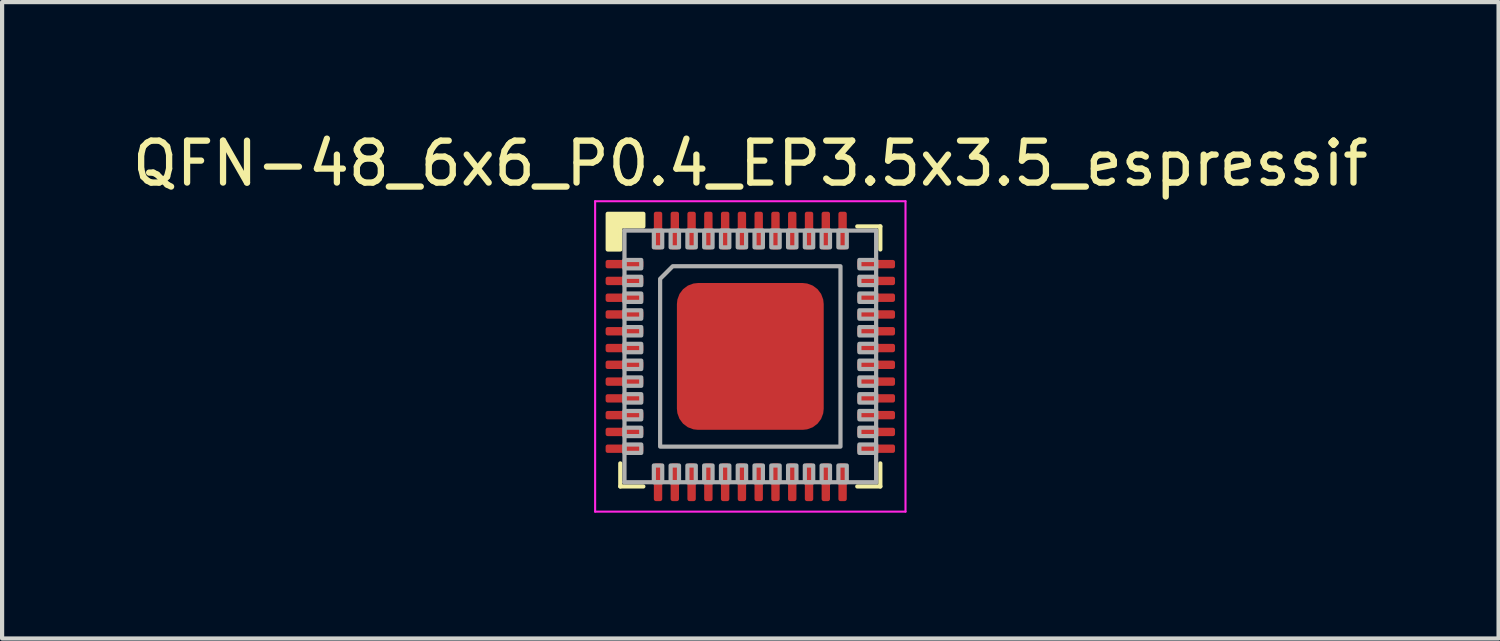
<source format=kicad_pcb>
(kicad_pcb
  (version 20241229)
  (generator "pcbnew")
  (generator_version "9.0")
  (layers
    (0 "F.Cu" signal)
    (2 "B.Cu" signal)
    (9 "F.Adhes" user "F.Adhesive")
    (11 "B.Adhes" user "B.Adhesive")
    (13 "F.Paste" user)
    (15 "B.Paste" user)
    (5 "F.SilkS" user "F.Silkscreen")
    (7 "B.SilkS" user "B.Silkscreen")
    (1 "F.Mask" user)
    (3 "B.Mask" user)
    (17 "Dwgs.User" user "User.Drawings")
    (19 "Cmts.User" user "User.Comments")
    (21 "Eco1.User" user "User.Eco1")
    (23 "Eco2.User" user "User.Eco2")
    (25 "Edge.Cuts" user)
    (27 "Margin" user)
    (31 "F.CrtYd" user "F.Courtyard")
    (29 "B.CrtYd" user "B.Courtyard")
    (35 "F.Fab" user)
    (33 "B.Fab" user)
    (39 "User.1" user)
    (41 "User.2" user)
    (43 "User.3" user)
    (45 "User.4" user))
  (footprint "QFN-48_6x6_P0.4_EP3.5x3.5_espressif"
    (layer "F.Cu")
    (at 14.839 5.448)
    (property "Reference" "QFN-48_6x6_P0.4_EP3.5x3.5_espressif" (at 0 -4.6 0) (layer "F.SilkS") (effects (font (size 1 1) (thickness 0.15))))
    (attr smd)
    (fp_line (start -3.1 3.1) (end -3.1 2.55) (stroke (width 0.1) (type solid)) (layer "F.SilkS"))
    (fp_line (start -2.55 3.1) (end -3.1 3.1) (stroke (width 0.1) (type solid)) (layer "F.SilkS"))
    (fp_line (start 2.55 -3.1) (end 3.1 -3.1) (stroke (width 0.1) (type solid)) (layer "F.SilkS"))
    (fp_line (start 3.1 -3.1) (end 3.1 -2.55) (stroke (width 0.1) (type solid)) (layer "F.SilkS"))
    (fp_line (start 3.1 2.55) (end 3.1 3.1) (stroke (width 0.1) (type solid)) (layer "F.SilkS"))
    (fp_line (start 3.1 3.1) (end 2.55 3.1) (stroke (width 0.1) (type solid)) (layer "F.SilkS"))
    (fp_poly (pts (xy -2.55 -3.1) (xy -3.1 -3.1) (xy -3.1 -2.55) (xy -3.4 -2.55) (xy -3.4 -3.4) (xy -2.55 -3.4)) (stroke (width 0.1) (type solid)) (fill yes) (layer "F.SilkS"))
    (fp_line (start -3.7 -3.7) (end -3.7 3.7) (stroke (width 0.05) (type solid)) (layer "F.CrtYd"))
    (fp_line (start -3.7 3.7) (end 3.7 3.7) (stroke (width 0.05) (type solid)) (layer "F.CrtYd"))
    (fp_line (start 3.7 -3.7) (end -3.7 -3.7) (stroke (width 0.05) (type solid)) (layer "F.CrtYd"))
    (fp_line (start 3.7 3.7) (end 3.7 -3.7) (stroke (width 0.05) (type solid)) (layer "F.CrtYd"))
    (fp_line (start -3 -3) (end 3 -3) (stroke (width 0.1) (type solid)) (layer "F.Fab"))
    (fp_line (start -3 3) (end -3 -3) (stroke (width 0.1) (type solid)) (layer "F.Fab"))
    (fp_line (start 3 -3) (end 3 3) (stroke (width 0.1) (type solid)) (layer "F.Fab"))
    (fp_line (start 3 3) (end -3 3) (stroke (width 0.1) (type solid)) (layer "F.Fab"))
    (fp_poly (pts (xy -2.6 -2.1) (xy -3 -2.1) (xy -3 -2.3) (xy -2.6 -2.3)) (stroke (width 0.1) (type solid)) (fill no) (layer "F.Fab"))
    (fp_poly (pts (xy -2.6 -1.7) (xy -3 -1.7) (xy -3 -1.9) (xy -2.6 -1.9)) (stroke (width 0.1) (type solid)) (fill no) (layer "F.Fab"))
    (fp_poly (pts (xy -2.6 -1.3) (xy -3 -1.3) (xy -3 -1.5) (xy -2.6 -1.5)) (stroke (width 0.1) (type solid)) (fill no) (layer "F.Fab"))
    (fp_poly (pts (xy -2.6 -0.9) (xy -3 -0.9) (xy -3 -1.1) (xy -2.6 -1.1)) (stroke (width 0.1) (type solid)) (fill no) (layer "F.Fab"))
    (fp_poly (pts (xy -2.6 -0.5) (xy -3 -0.5) (xy -3 -0.7) (xy -2.6 -0.7)) (stroke (width 0.1) (type solid)) (fill no) (layer "F.Fab"))
    (fp_poly (pts (xy -2.6 -0.1) (xy -3 -0.1) (xy -3 -0.3) (xy -2.6 -0.3)) (stroke (width 0.1) (type solid)) (fill no) (layer "F.Fab"))
    (fp_poly (pts (xy -2.6 0.3) (xy -3 0.3) (xy -3 0.1) (xy -2.6 0.1)) (stroke (width 0.1) (type solid)) (fill no) (layer "F.Fab"))
    (fp_poly (pts (xy -2.6 0.7) (xy -3 0.7) (xy -3 0.5) (xy -2.6 0.5)) (stroke (width 0.1) (type solid)) (fill no) (layer "F.Fab"))
    (fp_poly (pts (xy -2.6 1.1) (xy -3 1.1) (xy -3 0.9) (xy -2.6 0.9)) (stroke (width 0.1) (type solid)) (fill no) (layer "F.Fab"))
    (fp_poly (pts (xy -2.6 1.5) (xy -3 1.5) (xy -3 1.3) (xy -2.6 1.3)) (stroke (width 0.1) (type solid)) (fill no) (layer "F.Fab"))
    (fp_poly (pts (xy -2.6 1.9) (xy -3 1.9) (xy -3 1.7) (xy -2.6 1.7)) (stroke (width 0.1) (type solid)) (fill no) (layer "F.Fab"))
    (fp_poly (pts (xy -2.6 2.3) (xy -3 2.3) (xy -3 2.1) (xy -2.6 2.1)) (stroke (width 0.1) (type solid)) (fill no) (layer "F.Fab"))
    (fp_poly (pts (xy -2.3 -2.6) (xy -2.3 -3) (xy -2.1 -3) (xy -2.1 -2.6)) (stroke (width 0.1) (type solid)) (fill no) (layer "F.Fab"))
    (fp_poly (pts (xy -2.1 2.6) (xy -2.1 3) (xy -2.3 3) (xy -2.3 2.6)) (stroke (width 0.1) (type solid)) (fill no) (layer "F.Fab"))
    (fp_poly (pts (xy -1.9 -2.6) (xy -1.9 -3) (xy -1.7 -3) (xy -1.7 -2.6)) (stroke (width 0.1) (type solid)) (fill no) (layer "F.Fab"))
    (fp_poly (pts (xy -1.7 2.6) (xy -1.7 3) (xy -1.9 3) (xy -1.9 2.6)) (stroke (width 0.1) (type solid)) (fill no) (layer "F.Fab"))
    (fp_poly (pts (xy -1.5 -2.6) (xy -1.5 -3) (xy -1.3 -3) (xy -1.3 -2.6)) (stroke (width 0.1) (type solid)) (fill no) (layer "F.Fab"))
    (fp_poly (pts (xy -1.3 2.6) (xy -1.3 3) (xy -1.5 3) (xy -1.5 2.6)) (stroke (width 0.1) (type solid)) (fill no) (layer "F.Fab"))
    (fp_poly (pts (xy -1.1 -2.6) (xy -1.1 -3) (xy -0.9 -3) (xy -0.9 -2.6)) (stroke (width 0.1) (type solid)) (fill no) (layer "F.Fab"))
    (fp_poly (pts (xy -0.9 2.6) (xy -0.9 3) (xy -1.1 3) (xy -1.1 2.6)) (stroke (width 0.1) (type solid)) (fill no) (layer "F.Fab"))
    (fp_poly (pts (xy -0.7 -2.6) (xy -0.7 -3) (xy -0.5 -3) (xy -0.5 -2.6)) (stroke (width 0.1) (type solid)) (fill no) (layer "F.Fab"))
    (fp_poly (pts (xy -0.5 2.6) (xy -0.5 3) (xy -0.7 3) (xy -0.7 2.6)) (stroke (width 0.1) (type solid)) (fill no) (layer "F.Fab"))
    (fp_poly (pts (xy -0.3 -2.6) (xy -0.3 -3) (xy -0.1 -3) (xy -0.1 -2.6)) (stroke (width 0.1) (type solid)) (fill no) (layer "F.Fab"))
    (fp_poly (pts (xy -0.1 2.6) (xy -0.1 3) (xy -0.3 3) (xy -0.3 2.6)) (stroke (width 0.1) (type solid)) (fill no) (layer "F.Fab"))
    (fp_poly (pts (xy 0.1 -2.6) (xy 0.1 -3) (xy 0.3 -3) (xy 0.3 -2.6)) (stroke (width 0.1) (type solid)) (fill no) (layer "F.Fab"))
    (fp_poly (pts (xy 0.3 2.6) (xy 0.3 3) (xy 0.1 3) (xy 0.1 2.6)) (stroke (width 0.1) (type solid)) (fill no) (layer "F.Fab"))
    (fp_poly (pts (xy 0.5 -2.6) (xy 0.5 -3) (xy 0.7 -3) (xy 0.7 -2.6)) (stroke (width 0.1) (type solid)) (fill no) (layer "F.Fab"))
    (fp_poly (pts (xy 0.7 2.6) (xy 0.7 3) (xy 0.5 3) (xy 0.5 2.6)) (stroke (width 0.1) (type solid)) (fill no) (layer "F.Fab"))
    (fp_poly (pts (xy 0.9 -2.6) (xy 0.9 -3) (xy 1.1 -3) (xy 1.1 -2.6)) (stroke (width 0.1) (type solid)) (fill no) (layer "F.Fab"))
    (fp_poly (pts (xy 1.1 2.6) (xy 1.1 3) (xy 0.9 3) (xy 0.9 2.6)) (stroke (width 0.1) (type solid)) (fill no) (layer "F.Fab"))
    (fp_poly (pts (xy 1.3 -2.6) (xy 1.3 -3) (xy 1.5 -3) (xy 1.5 -2.6)) (stroke (width 0.1) (type solid)) (fill no) (layer "F.Fab"))
    (fp_poly (pts (xy 1.5 2.6) (xy 1.5 3) (xy 1.3 3) (xy 1.3 2.6)) (stroke (width 0.1) (type solid)) (fill no) (layer "F.Fab"))
    (fp_poly (pts (xy 1.7 -2.6) (xy 1.7 -3) (xy 1.9 -3) (xy 1.9 -2.6)) (stroke (width 0.1) (type solid)) (fill no) (layer "F.Fab"))
    (fp_poly (pts (xy 1.9 2.6) (xy 1.9 3) (xy 1.7 3) (xy 1.7 2.6)) (stroke (width 0.1) (type solid)) (fill no) (layer "F.Fab"))
    (fp_poly (pts (xy 2.1 -2.6) (xy 2.1 -3) (xy 2.3 -3) (xy 2.3 -2.6)) (stroke (width 0.1) (type solid)) (fill no) (layer "F.Fab"))
    (fp_poly (pts (xy 2.3 2.6) (xy 2.3 3) (xy 2.1 3) (xy 2.1 2.6)) (stroke (width 0.1) (type solid)) (fill no) (layer "F.Fab"))
    (fp_poly (pts (xy 2.6 -2.3) (xy 3 -2.3) (xy 3 -2.1) (xy 2.6 -2.1)) (stroke (width 0.1) (type solid)) (fill no) (layer "F.Fab"))
    (fp_poly (pts (xy 2.6 -1.9) (xy 3 -1.9) (xy 3 -1.7) (xy 2.6 -1.7)) (stroke (width 0.1) (type solid)) (fill no) (layer "F.Fab"))
    (fp_poly (pts (xy 2.6 -1.5) (xy 3 -1.5) (xy 3 -1.3) (xy 2.6 -1.3)) (stroke (width 0.1) (type solid)) (fill no) (layer "F.Fab"))
    (fp_poly (pts (xy 2.6 -1.1) (xy 3 -1.1) (xy 3 -0.9) (xy 2.6 -0.9)) (stroke (width 0.1) (type solid)) (fill no) (layer "F.Fab"))
    (fp_poly (pts (xy 2.6 -0.7) (xy 3 -0.7) (xy 3 -0.5) (xy 2.6 -0.5)) (stroke (width 0.1) (type solid)) (fill no) (layer "F.Fab"))
    (fp_poly (pts (xy 2.6 -0.3) (xy 3 -0.3) (xy 3 -0.1) (xy 2.6 -0.1)) (stroke (width 0.1) (type solid)) (fill no) (layer "F.Fab"))
    (fp_poly (pts (xy 2.6 0.1) (xy 3 0.1) (xy 3 0.3) (xy 2.6 0.3)) (stroke (width 0.1) (type solid)) (fill no) (layer "F.Fab"))
    (fp_poly (pts (xy 2.6 0.5) (xy 3 0.5) (xy 3 0.7) (xy 2.6 0.7)) (stroke (width 0.1) (type solid)) (fill no) (layer "F.Fab"))
    (fp_poly (pts (xy 2.6 0.9) (xy 3 0.9) (xy 3 1.1) (xy 2.6 1.1)) (stroke (width 0.1) (type solid)) (fill no) (layer "F.Fab"))
    (fp_poly (pts (xy 2.6 1.3) (xy 3 1.3) (xy 3 1.5) (xy 2.6 1.5)) (stroke (width 0.1) (type solid)) (fill no) (layer "F.Fab"))
    (fp_poly (pts (xy 2.6 1.7) (xy 3 1.7) (xy 3 1.9) (xy 2.6 1.9)) (stroke (width 0.1) (type solid)) (fill no) (layer "F.Fab"))
    (fp_poly (pts (xy 2.6 2.1) (xy 3 2.1) (xy 3 2.3) (xy 2.6 2.3)) (stroke (width 0.1) (type solid)) (fill no) (layer "F.Fab"))
    (fp_poly (pts (xy 2.15 2.15) (xy -2.15 2.15) (xy -2.15 -1.85) (xy -1.85 -2.15) (xy 2.15 -2.15)) (stroke (width 0.1) (type solid)) (fill no) (layer "F.Fab"))
    (pad "" smd roundrect (at -0.85 -0.85) (size 1.205 1.205) (layers "F.Paste") (roundrect_rratio 0.083))
    (pad "" smd roundrect (at -0.85 0.85) (size 1.205 1.205) (layers "F.Paste") (roundrect_rratio 0.083))
    (pad "" smd roundrect (at 0.85 -0.85) (size 1.205 1.205) (layers "F.Paste") (roundrect_rratio 0.083))
    (pad "" smd roundrect (at 0.85 0.85) (size 1.205 1.205) (layers "F.Paste") (roundrect_rratio 0.083))
    (pad "1" smd roundrect (at -3 -2.2) (size 0.9 0.2) (layers "F.Cu" "F.Mask" "F.Paste") (roundrect_rratio 0.25))
    (pad "2" smd roundrect (at -3 -1.8) (size 0.9 0.2) (layers "F.Cu" "F.Mask" "F.Paste") (roundrect_rratio 0.25))
    (pad "3" smd roundrect (at -3 -1.4) (size 0.9 0.2) (layers "F.Cu" "F.Mask" "F.Paste") (roundrect_rratio 0.25))
    (pad "4" smd roundrect (at -3 -1) (size 0.9 0.2) (layers "F.Cu" "F.Mask" "F.Paste") (roundrect_rratio 0.25))
    (pad "5" smd roundrect (at -3 -0.6) (size 0.9 0.2) (layers "F.Cu" "F.Mask" "F.Paste") (roundrect_rratio 0.25))
    (pad "6" smd roundrect (at -3 -0.2) (size 0.9 0.2) (layers "F.Cu" "F.Mask" "F.Paste") (roundrect_rratio 0.25))
    (pad "7" smd roundrect (at -3 0.2) (size 0.9 0.2) (layers "F.Cu" "F.Mask" "F.Paste") (roundrect_rratio 0.25))
    (pad "8" smd roundrect (at -3 0.6) (size 0.9 0.2) (layers "F.Cu" "F.Mask" "F.Paste") (roundrect_rratio 0.25))
    (pad "9" smd roundrect (at -3 1) (size 0.9 0.2) (layers "F.Cu" "F.Mask" "F.Paste") (roundrect_rratio 0.25))
    (pad "10" smd roundrect (at -3 1.4) (size 0.9 0.2) (layers "F.Cu" "F.Mask" "F.Paste") (roundrect_rratio 0.25))
    (pad "11" smd roundrect (at -3 1.8) (size 0.9 0.2) (layers "F.Cu" "F.Mask" "F.Paste") (roundrect_rratio 0.25))
    (pad "12" smd roundrect (at -3 2.2) (size 0.9 0.2) (layers "F.Cu" "F.Mask" "F.Paste") (roundrect_rratio 0.25))
    (pad "13" smd roundrect (at -2.2 3 90) (size 0.9 0.2) (layers "F.Cu" "F.Mask" "F.Paste") (roundrect_rratio 0.25))
    (pad "14" smd roundrect (at -1.8 3 90) (size 0.9 0.2) (layers "F.Cu" "F.Mask" "F.Paste") (roundrect_rratio 0.25))
    (pad "15" smd roundrect (at -1.4 3 90) (size 0.9 0.2) (layers "F.Cu" "F.Mask" "F.Paste") (roundrect_rratio 0.25))
    (pad "16" smd roundrect (at -1 3 90) (size 0.9 0.2) (layers "F.Cu" "F.Mask" "F.Paste") (roundrect_rratio 0.25))
    (pad "17" smd roundrect (at -0.6 3 90) (size 0.9 0.2) (layers "F.Cu" "F.Mask" "F.Paste") (roundrect_rratio 0.25))
    (pad "18" smd roundrect (at -0.2 3 90) (size 0.9 0.2) (layers "F.Cu" "F.Mask" "F.Paste") (roundrect_rratio 0.25))
    (pad "19" smd roundrect (at 0.2 3 90) (size 0.9 0.2) (layers "F.Cu" "F.Mask" "F.Paste") (roundrect_rratio 0.25))
    (pad "20" smd roundrect (at 0.6 3 90) (size 0.9 0.2) (layers "F.Cu" "F.Mask" "F.Paste") (roundrect_rratio 0.25))
    (pad "21" smd roundrect (at 1 3 90) (size 0.9 0.2) (layers "F.Cu" "F.Mask" "F.Paste") (roundrect_rratio 0.25))
    (pad "22" smd roundrect (at 1.4 3 90) (size 0.9 0.2) (layers "F.Cu" "F.Mask" "F.Paste") (roundrect_rratio 0.25))
    (pad "23" smd roundrect (at 1.8 3 90) (size 0.9 0.2) (layers "F.Cu" "F.Mask" "F.Paste") (roundrect_rratio 0.25))
    (pad "24" smd roundrect (at 2.2 3 90) (size 0.9 0.2) (layers "F.Cu" "F.Mask" "F.Paste") (roundrect_rratio 0.25))
    (pad "25" smd roundrect (at 3 2.2) (size 0.9 0.2) (layers "F.Cu" "F.Mask" "F.Paste") (roundrect_rratio 0.25))
    (pad "26" smd roundrect (at 3 1.8) (size 0.9 0.2) (layers "F.Cu" "F.Mask" "F.Paste") (roundrect_rratio 0.25))
    (pad "27" smd roundrect (at 3 1.4) (size 0.9 0.2) (layers "F.Cu" "F.Mask" "F.Paste") (roundrect_rratio 0.25))
    (pad "28" smd roundrect (at 3 1) (size 0.9 0.2) (layers "F.Cu" "F.Mask" "F.Paste") (roundrect_rratio 0.25))
    (pad "29" smd roundrect (at 3 0.6) (size 0.9 0.2) (layers "F.Cu" "F.Mask" "F.Paste") (roundrect_rratio 0.25))
    (pad "30" smd roundrect (at 3 0.2) (size 0.9 0.2) (layers "F.Cu" "F.Mask" "F.Paste") (roundrect_rratio 0.25))
    (pad "31" smd roundrect (at 3 -0.2) (size 0.9 0.2) (layers "F.Cu" "F.Mask" "F.Paste") (roundrect_rratio 0.25))
    (pad "32" smd roundrect (at 3 -0.6) (size 0.9 0.2) (layers "F.Cu" "F.Mask" "F.Paste") (roundrect_rratio 0.25))
    (pad "33" smd roundrect (at 3 -1) (size 0.9 0.2) (layers "F.Cu" "F.Mask" "F.Paste") (roundrect_rratio 0.25))
    (pad "34" smd roundrect (at 3 -1.4) (size 0.9 0.2) (layers "F.Cu" "F.Mask" "F.Paste") (roundrect_rratio 0.25))
    (pad "35" smd roundrect (at 3 -1.8) (size 0.9 0.2) (layers "F.Cu" "F.Mask" "F.Paste") (roundrect_rratio 0.25))
    (pad "36" smd roundrect (at 3 -2.2) (size 0.9 0.2) (layers "F.Cu" "F.Mask" "F.Paste") (roundrect_rratio 0.25))
    (pad "37" smd roundrect (at 2.2 -3 90) (size 0.9 0.2) (layers "F.Cu" "F.Mask" "F.Paste") (roundrect_rratio 0.25))
    (pad "38" smd roundrect (at 1.8 -3 90) (size 0.9 0.2) (layers "F.Cu" "F.Mask" "F.Paste") (roundrect_rratio 0.25))
    (pad "39" smd roundrect (at 1.4 -3 90) (size 0.9 0.2) (layers "F.Cu" "F.Mask" "F.Paste") (roundrect_rratio 0.25))
    (pad "40" smd roundrect (at 1 -3 90) (size 0.9 0.2) (layers "F.Cu" "F.Mask" "F.Paste") (roundrect_rratio 0.25))
    (pad "41" smd roundrect (at 0.6 -3 90) (size 0.9 0.2) (layers "F.Cu" "F.Mask" "F.Paste") (roundrect_rratio 0.25))
    (pad "42" smd roundrect (at 0.2 -3 90) (size 0.9 0.2) (layers "F.Cu" "F.Mask" "F.Paste") (roundrect_rratio 0.25))
    (pad "43" smd roundrect (at -0.2 -3 90) (size 0.9 0.2) (layers "F.Cu" "F.Mask" "F.Paste") (roundrect_rratio 0.25))
    (pad "44" smd roundrect (at -0.6 -3 90) (size 0.9 0.2) (layers "F.Cu" "F.Mask" "F.Paste") (roundrect_rratio 0.25))
    (pad "45" smd roundrect (at -1 -3 90) (size 0.9 0.2) (layers "F.Cu" "F.Mask" "F.Paste") (roundrect_rratio 0.25))
    (pad "46" smd roundrect (at -1.4 -3 90) (size 0.9 0.2) (layers "F.Cu" "F.Mask" "F.Paste") (roundrect_rratio 0.25))
    (pad "47" smd roundrect (at -1.8 -3 90) (size 0.9 0.2) (layers "F.Cu" "F.Mask" "F.Paste") (roundrect_rratio 0.25))
    (pad "48" smd roundrect (at -2.2 -3 90) (size 0.9 0.2) (layers "F.Cu" "F.Mask" "F.Paste") (roundrect_rratio 0.25))
    (pad "49" smd roundrect (at 0 0) (size 3.5 3.5) (layers "F.Cu" "F.Mask") (roundrect_rratio 0.143)))
  (gr_rect
    (start -3 -3)
    (end 32.679 12.173)
    (stroke (width 0.1) (type default))
    (fill no)
    (layer "Edge.Cuts")))
</source>
